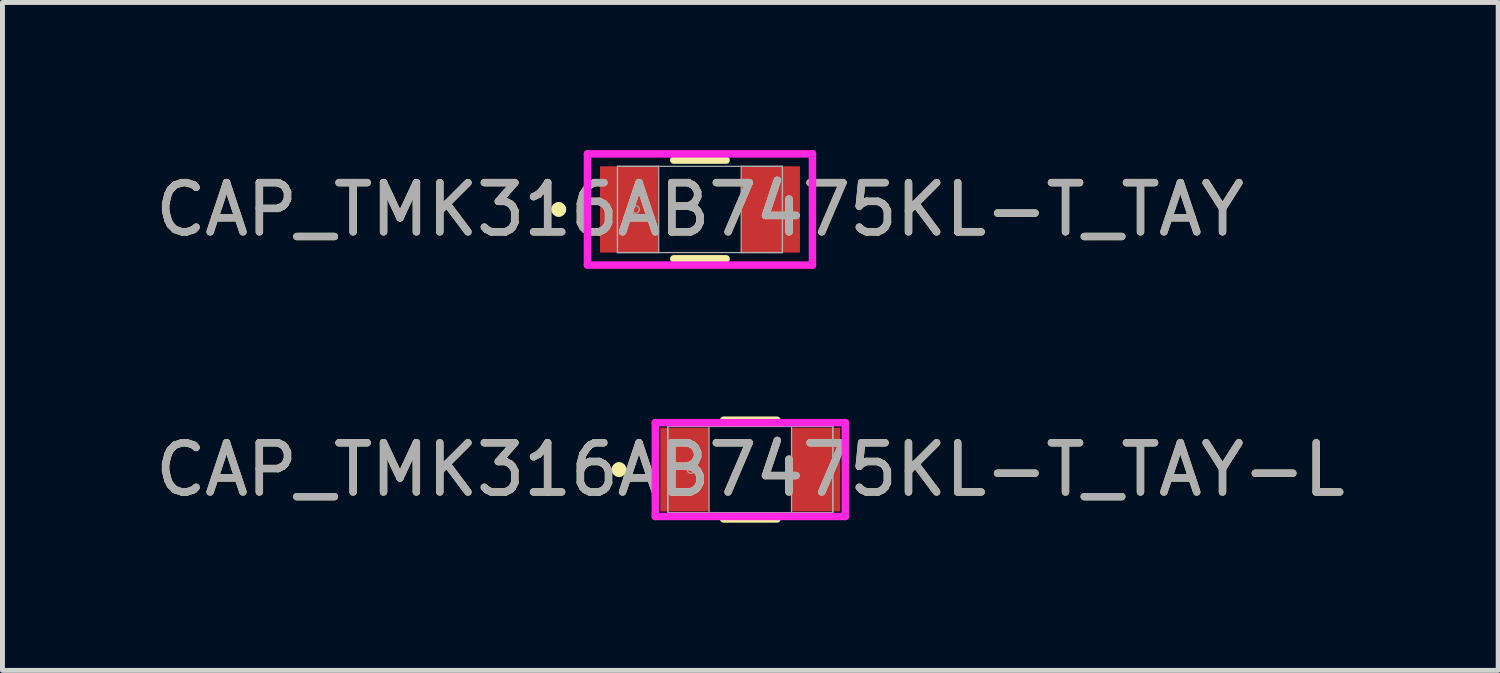
<source format=kicad_pcb>
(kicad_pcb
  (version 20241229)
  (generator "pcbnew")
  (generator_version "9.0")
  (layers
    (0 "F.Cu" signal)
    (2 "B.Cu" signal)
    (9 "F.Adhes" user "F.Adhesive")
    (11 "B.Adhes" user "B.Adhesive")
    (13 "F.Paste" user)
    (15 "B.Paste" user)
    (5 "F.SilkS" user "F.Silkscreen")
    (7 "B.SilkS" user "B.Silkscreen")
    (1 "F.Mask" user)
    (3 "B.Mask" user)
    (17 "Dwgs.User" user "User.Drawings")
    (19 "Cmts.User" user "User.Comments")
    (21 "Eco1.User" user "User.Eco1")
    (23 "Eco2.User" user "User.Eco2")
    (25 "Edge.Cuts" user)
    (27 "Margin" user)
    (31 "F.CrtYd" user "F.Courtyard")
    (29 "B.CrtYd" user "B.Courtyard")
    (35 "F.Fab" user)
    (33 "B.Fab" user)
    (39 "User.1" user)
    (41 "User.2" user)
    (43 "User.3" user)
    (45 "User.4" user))
  (footprint "CAP_TMK316AB7475KL-T_TAY"
    (layer "F.Cu")
    (at 11.173 1.206)
    (property "Reference" "CAP_TMK316AB7475KL-T_TAY" (at 0 0 0) (unlocked yes) (layer "F.SilkS") (effects (font (size 1 1) (thickness 0.15))))
    (attr smd)
    (fp_line (start -0.531 1.003) (end 0.531 1.003) (stroke (width 0.152) (type solid)) (layer "F.SilkS"))
    (fp_line (start 0.531 -1.003) (end -0.531 -1.003) (stroke (width 0.152) (type solid)) (layer "F.SilkS"))
    (fp_circle (center -2.87 0) (end -2.794 0) (stroke (width 0.152) (type solid)) (fill no) (layer "F.SilkS"))
    (fp_line (start -2.286 -1.13) (end 2.286 -1.13) (stroke (width 0.152) (type solid)) (layer "F.CrtYd"))
    (fp_line (start -2.286 1.13) (end -2.286 -1.13) (stroke (width 0.152) (type solid)) (layer "F.CrtYd"))
    (fp_line (start 2.286 -1.13) (end 2.286 1.13) (stroke (width 0.152) (type solid)) (layer "F.CrtYd"))
    (fp_line (start 2.286 1.13) (end -2.286 1.13) (stroke (width 0.152) (type solid)) (layer "F.CrtYd"))
    (fp_line (start -1.676 -0.876) (end -1.676 0.876) (stroke (width 0.025) (type solid)) (layer "F.Fab"))
    (fp_line (start -1.676 -0.876) (end -1.676 0.876) (stroke (width 0.025) (type solid)) (layer "F.Fab"))
    (fp_line (start -1.676 0.876) (end -0.838 0.876) (stroke (width 0.025) (type solid)) (layer "F.Fab"))
    (fp_line (start -1.676 0.876) (end 1.676 0.876) (stroke (width 0.025) (type solid)) (layer "F.Fab"))
    (fp_line (start -0.838 -0.876) (end -1.676 -0.876) (stroke (width 0.025) (type solid)) (layer "F.Fab"))
    (fp_line (start -0.838 0.876) (end -0.838 -0.876) (stroke (width 0.025) (type solid)) (layer "F.Fab"))
    (fp_line (start 0.838 -0.876) (end 0.838 0.876) (stroke (width 0.025) (type solid)) (layer "F.Fab"))
    (fp_line (start 0.838 0.876) (end 1.676 0.876) (stroke (width 0.025) (type solid)) (layer "F.Fab"))
    (fp_line (start 1.676 -0.876) (end -1.676 -0.876) (stroke (width 0.025) (type solid)) (layer "F.Fab"))
    (fp_line (start 1.676 -0.876) (end 0.838 -0.876) (stroke (width 0.025) (type solid)) (layer "F.Fab"))
    (fp_line (start 1.676 0.876) (end 1.676 -0.876) (stroke (width 0.025) (type solid)) (layer "F.Fab"))
    (fp_line (start 1.676 0.876) (end 1.676 -0.876) (stroke (width 0.025) (type solid)) (layer "F.Fab"))
    (fp_circle (center -1.308 0) (end -1.232 0) (stroke (width 0.025) (type solid)) (fill no) (layer "F.Fab"))
    (fp_text user "${REFERENCE}" (at 0 0 0) (unlocked yes) (layer "F.Fab") (effects (font (size 1 1) (thickness 0.15))))
    (pad "1" smd rect (at -1.435 0) (size 1.194 1.753) (layers "F.Cu" "F.Mask" "F.Paste"))
    (pad "2" smd rect (at 1.435 0) (size 1.194 1.753) (layers "F.Cu" "F.Mask" "F.Paste"))
    (zone (net_name "") (layer "F.Cu") (hatch full 0.508) (connect_pads) (min_thickness 0.254) (filled_areas_thickness no) (keepout (tracks not_allowed) (vias not_allowed) (pads allowed) (copperpour not_allowed) (footprints allowed)) (placement (enabled no)) (fill) (polygon (pts (xy 10.385 0.381) (xy 11.96 0.381) (xy 11.96 2.032) (xy 10.385 2.032)))))
  (footprint "CAP_TMK316AB7475KL-T_TAY-L"
    (layer "F.Cu")
    (at 12.196 6.492)
    (property "Reference" "CAP_TMK316AB7475KL-T_TAY-L" (at 0 0 0) (unlocked yes) (layer "F.SilkS") (effects (font (size 1 1) (thickness 0.15))))
    (attr smd)
    (fp_line (start -0.542 1.003) (end 0.542 1.003) (stroke (width 0.152) (type solid)) (layer "F.SilkS"))
    (fp_line (start 0.542 -1.003) (end -0.542 -1.003) (stroke (width 0.152) (type solid)) (layer "F.SilkS"))
    (fp_circle (center -2.667 0) (end -2.591 0) (stroke (width 0.152) (type solid)) (fill no) (layer "F.SilkS"))
    (fp_line (start -1.93 -0.953) (end 1.93 -0.953) (stroke (width 0.152) (type solid)) (layer "F.CrtYd"))
    (fp_line (start -1.93 0.953) (end -1.93 -0.953) (stroke (width 0.152) (type solid)) (layer "F.CrtYd"))
    (fp_line (start 1.93 -0.953) (end 1.93 0.953) (stroke (width 0.152) (type solid)) (layer "F.CrtYd"))
    (fp_line (start 1.93 0.953) (end -1.93 0.953) (stroke (width 0.152) (type solid)) (layer "F.CrtYd"))
    (fp_line (start -1.676 -0.876) (end -1.676 0.876) (stroke (width 0.025) (type solid)) (layer "F.Fab"))
    (fp_line (start -1.676 -0.876) (end -1.676 0.876) (stroke (width 0.025) (type solid)) (layer "F.Fab"))
    (fp_line (start -1.676 0.876) (end -0.838 0.876) (stroke (width 0.025) (type solid)) (layer "F.Fab"))
    (fp_line (start -1.676 0.876) (end 1.676 0.876) (stroke (width 0.025) (type solid)) (layer "F.Fab"))
    (fp_line (start -0.838 -0.876) (end -1.676 -0.876) (stroke (width 0.025) (type solid)) (layer "F.Fab"))
    (fp_line (start -0.838 0.876) (end -0.838 -0.876) (stroke (width 0.025) (type solid)) (layer "F.Fab"))
    (fp_line (start 0.838 -0.876) (end 0.838 0.876) (stroke (width 0.025) (type solid)) (layer "F.Fab"))
    (fp_line (start 0.838 0.876) (end 1.676 0.876) (stroke (width 0.025) (type solid)) (layer "F.Fab"))
    (fp_line (start 1.676 -0.876) (end -1.676 -0.876) (stroke (width 0.025) (type solid)) (layer "F.Fab"))
    (fp_line (start 1.676 -0.876) (end 0.838 -0.876) (stroke (width 0.025) (type solid)) (layer "F.Fab"))
    (fp_line (start 1.676 0.876) (end 1.676 -0.876) (stroke (width 0.025) (type solid)) (layer "F.Fab"))
    (fp_line (start 1.676 0.876) (end 1.676 -0.876) (stroke (width 0.025) (type solid)) (layer "F.Fab"))
    (fp_circle (center -1.206 0) (end -1.13 0) (stroke (width 0.025) (type solid)) (fill no) (layer "F.Fab"))
    (fp_text user "${REFERENCE}" (at 0 0 0) (unlocked yes) (layer "F.Fab") (effects (font (size 1 1) (thickness 0.15))))
    (pad "1" smd rect (at -1.333 0) (size 0.991 1.702) (layers "F.Cu" "F.Mask" "F.Paste"))
    (pad "2" smd rect (at 1.333 0) (size 0.991 1.702) (layers "F.Cu" "F.Mask" "F.Paste"))
    (zone (net_name "") (layer "F.Cu") (hatch full 0.508) (connect_pads) (min_thickness 0.254) (filled_areas_thickness no) (keepout (tracks not_allowed) (vias not_allowed) (pads allowed) (copperpour not_allowed) (footprints allowed)) (placement (enabled no)) (fill) (polygon (pts (xy 11.409 5.667) (xy 12.984 5.667) (xy 12.984 7.318) (xy 11.409 7.318)))))
  (gr_rect
    (start -3 -3)
    (end 27.393 10.572)
    (stroke (width 0.1) (type default))
    (fill no)
    (layer "Edge.Cuts")))
</source>
